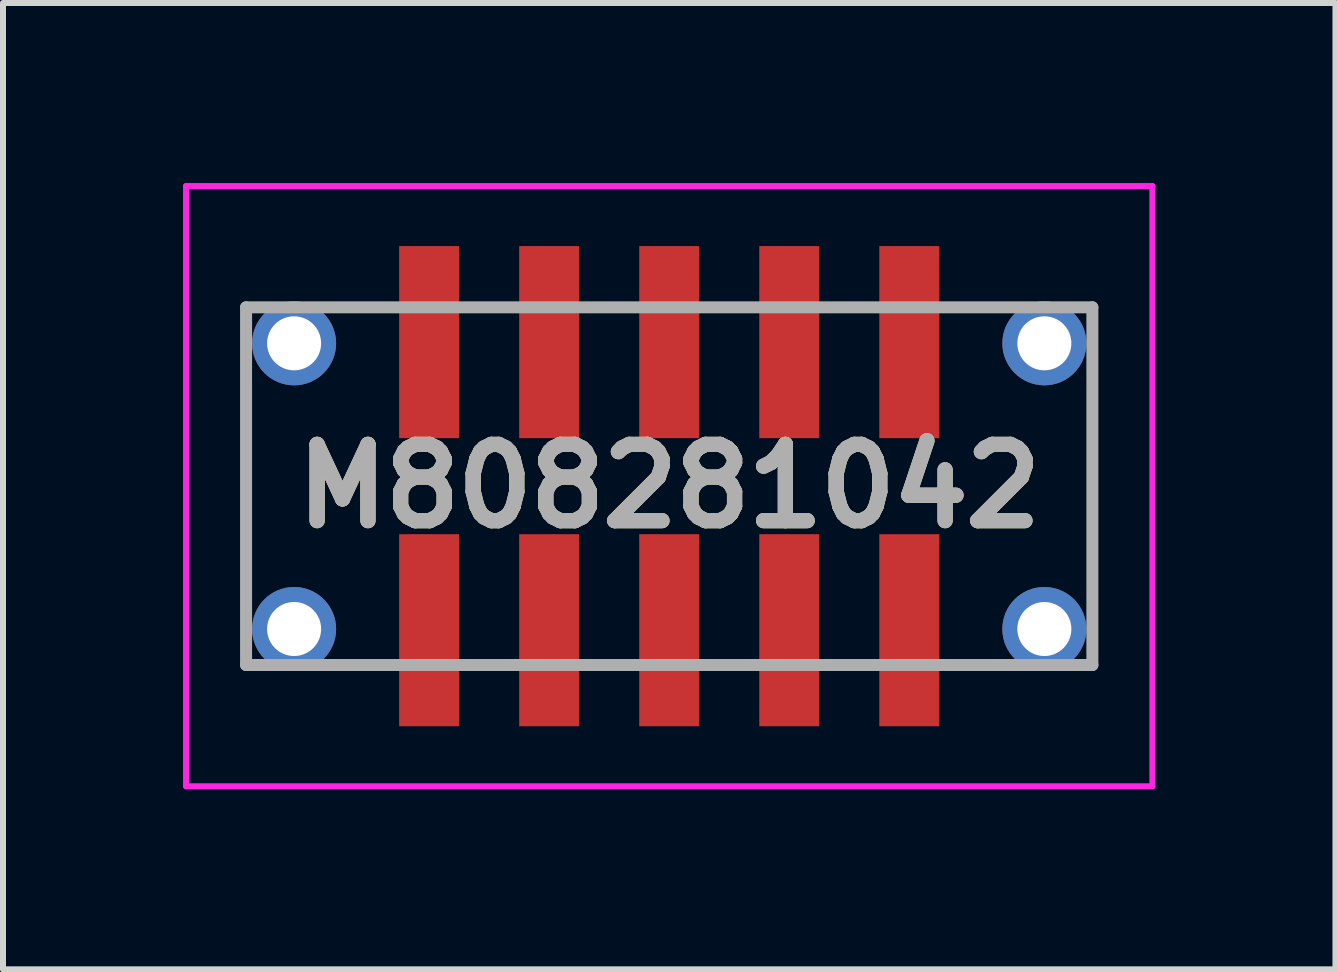
<source format=kicad_pcb>
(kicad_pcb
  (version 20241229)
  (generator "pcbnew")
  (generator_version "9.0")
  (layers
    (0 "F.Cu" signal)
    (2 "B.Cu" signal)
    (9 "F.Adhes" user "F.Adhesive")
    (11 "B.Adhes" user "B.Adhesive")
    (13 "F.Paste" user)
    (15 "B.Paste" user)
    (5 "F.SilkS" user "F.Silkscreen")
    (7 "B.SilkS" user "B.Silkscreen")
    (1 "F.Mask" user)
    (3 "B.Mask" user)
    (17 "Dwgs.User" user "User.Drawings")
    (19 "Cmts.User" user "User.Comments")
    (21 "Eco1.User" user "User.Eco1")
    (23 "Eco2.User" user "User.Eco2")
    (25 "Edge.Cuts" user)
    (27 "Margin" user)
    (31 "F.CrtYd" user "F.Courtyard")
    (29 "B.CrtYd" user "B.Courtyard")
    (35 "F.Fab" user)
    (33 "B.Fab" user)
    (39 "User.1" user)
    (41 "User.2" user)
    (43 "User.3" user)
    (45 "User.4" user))
  (footprint "M808281042"
    (layer "F.Cu")
    (at 8.1 5.05)
    (property "Reference" "M808281042" (at 0 0 0) (layer "F.SilkS") (effects (font (size 1.27 1.27) (thickness 0.254))))
    (attr through_hole)
    (fp_line (start -7.05 -2) (end -7.05 2) (stroke (width 0.1) (type solid)) (layer "F.SilkS"))
    (fp_line (start 7.05 -1.8) (end 7.05 1.6) (stroke (width 0.1) (type solid)) (layer "F.SilkS"))
    (fp_line (start -8.05 -5) (end 8.05 -5) (stroke (width 0.1) (type solid)) (layer "F.CrtYd"))
    (fp_line (start -8.05 5) (end -8.05 -5) (stroke (width 0.1) (type solid)) (layer "F.CrtYd"))
    (fp_line (start 8.05 -5) (end 8.05 5) (stroke (width 0.1) (type solid)) (layer "F.CrtYd"))
    (fp_line (start 8.05 5) (end -8.05 5) (stroke (width 0.1) (type solid)) (layer "F.CrtYd"))
    (fp_line (start -7.05 -2.98) (end 7.05 -2.98) (stroke (width 0.2) (type solid)) (layer "F.Fab"))
    (fp_line (start -7.05 2.98) (end -7.05 -2.98) (stroke (width 0.2) (type solid)) (layer "F.Fab"))
    (fp_line (start 7.05 -2.98) (end 7.05 2.98) (stroke (width 0.2) (type solid)) (layer "F.Fab"))
    (fp_line (start 7.05 2.98) (end -7.05 2.98) (stroke (width 0.2) (type solid)) (layer "F.Fab"))
    (fp_text user "${REFERENCE}" (at 0 0 0) (layer "F.Fab") (effects (font (size 1.27 1.27) (thickness 0.254))))
    (pad "1" smd rect (at -4 2.4) (size 1 3.2) (layers "F.Cu" "F.Mask" "F.Paste"))
    (pad "2" smd rect (at -2 2.4) (size 1 3.2) (layers "F.Cu" "F.Mask" "F.Paste"))
    (pad "3" smd rect (at 0 2.4) (size 1 3.2) (layers "F.Cu" "F.Mask" "F.Paste"))
    (pad "4" smd rect (at 2 2.4) (size 1 3.2) (layers "F.Cu" "F.Mask" "F.Paste"))
    (pad "5" smd rect (at 4 2.4) (size 1 3.2) (layers "F.Cu" "F.Mask" "F.Paste"))
    (pad "6" smd rect (at -4 -2.4) (size 1 3.2) (layers "F.Cu" "F.Mask" "F.Paste"))
    (pad "7" smd rect (at -2 -2.4) (size 1 3.2) (layers "F.Cu" "F.Mask" "F.Paste"))
    (pad "8" smd rect (at 0 -2.4) (size 1 3.2) (layers "F.Cu" "F.Mask" "F.Paste"))
    (pad "9" smd rect (at 2 -2.4) (size 1 3.2) (layers "F.Cu" "F.Mask" "F.Paste"))
    (pad "10" smd rect (at 4 -2.4) (size 1 3.2) (layers "F.Cu" "F.Mask" "F.Paste"))
    (pad "MH1" thru_hole circle (at -6.25 2.38) (size 1.4 1.4) (drill 0.9) (layers "*.Cu" "*.Mask"))
    (pad "MH2" thru_hole circle (at -6.25 -2.38) (size 1.4 1.4) (drill 0.9) (layers "*.Cu" "*.Mask"))
    (pad "MH3" thru_hole circle (at 6.25 2.38) (size 1.4 1.4) (drill 0.9) (layers "*.Cu" "*.Mask"))
    (pad "MH4" thru_hole circle (at 6.25 -2.38) (size 1.4 1.4) (drill 0.9) (layers "*.Cu" "*.Mask")))
  (gr_rect
    (start -3 -3)
    (end 19.2 13.1)
    (stroke (width 0.1) (type default))
    (fill no)
    (layer "Edge.Cuts")))
</source>
